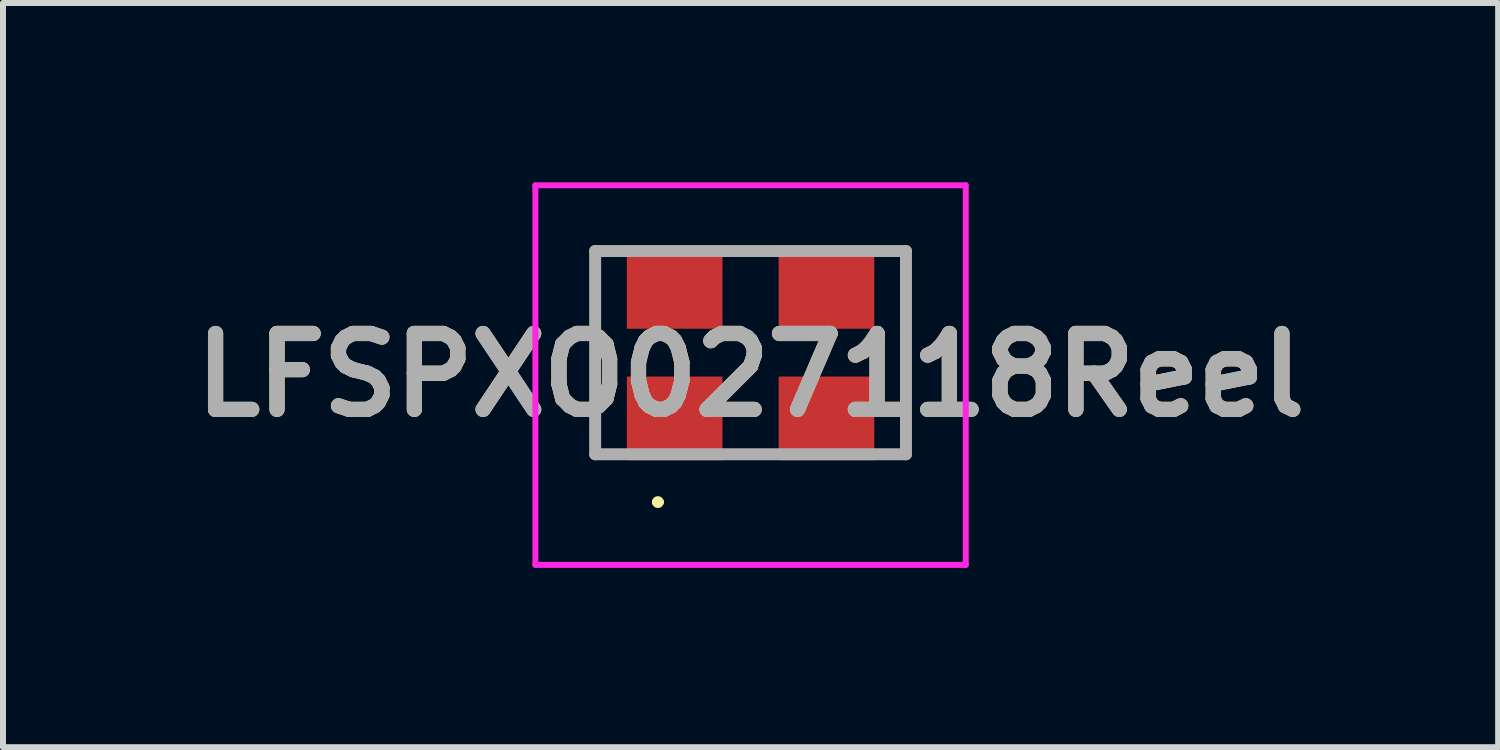
<source format=kicad_pcb>
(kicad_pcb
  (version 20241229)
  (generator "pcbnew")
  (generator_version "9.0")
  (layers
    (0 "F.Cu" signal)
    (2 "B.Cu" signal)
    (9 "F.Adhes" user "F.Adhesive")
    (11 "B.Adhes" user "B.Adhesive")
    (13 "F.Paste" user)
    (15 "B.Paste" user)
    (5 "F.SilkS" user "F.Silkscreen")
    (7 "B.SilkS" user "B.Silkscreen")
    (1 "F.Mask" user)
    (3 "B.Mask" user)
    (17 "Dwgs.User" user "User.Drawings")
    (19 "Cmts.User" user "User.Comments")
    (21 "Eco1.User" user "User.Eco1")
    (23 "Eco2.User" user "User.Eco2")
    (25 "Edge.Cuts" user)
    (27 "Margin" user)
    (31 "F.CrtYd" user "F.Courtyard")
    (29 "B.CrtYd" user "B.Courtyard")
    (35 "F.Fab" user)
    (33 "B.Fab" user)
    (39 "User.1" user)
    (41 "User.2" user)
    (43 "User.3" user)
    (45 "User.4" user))
  (footprint "LFSPXO027118Reel"
    (layer "F.Cu")
    (at 9.507 2.85)
    (property "Reference" "LFSPXO027118Reel" (at 0 0.375 0) (layer "F.SilkS") (effects (font (size 1.27 1.27) (thickness 0.254))))
    (attr smd)
    (fp_line (start -2.6 1.5) (end -2.6 -1.5) (stroke (width 0.1) (type solid)) (layer "F.SilkS"))
    (fp_line (start -1.6 2.5) (end -1.6 2.5) (stroke (width 0.1) (type solid)) (layer "F.SilkS"))
    (fp_line (start -1.5 2.5) (end -1.5 2.5) (stroke (width 0.1) (type solid)) (layer "F.SilkS"))
    (fp_line (start 2.6 1.5) (end 2.6 -1.7) (stroke (width 0.1) (type solid)) (layer "F.SilkS"))
    (fp_arc (start -1.6 2.5) (mid -1.55 2.45) (end -1.5 2.5) (stroke (width 0.1) (type solid)) (layer "F.SilkS"))
    (fp_arc (start -1.5 2.5) (mid -1.55 2.55) (end -1.6 2.5) (stroke (width 0.1) (type solid)) (layer "F.SilkS"))
    (fp_line (start -3.6 -2.8) (end 3.6 -2.8) (stroke (width 0.1) (type solid)) (layer "F.CrtYd"))
    (fp_line (start -3.6 3.55) (end -3.6 -2.8) (stroke (width 0.1) (type solid)) (layer "F.CrtYd"))
    (fp_line (start 3.6 -2.8) (end 3.6 3.55) (stroke (width 0.1) (type solid)) (layer "F.CrtYd"))
    (fp_line (start 3.6 3.55) (end -3.6 3.55) (stroke (width 0.1) (type solid)) (layer "F.CrtYd"))
    (fp_line (start -2.6 -1.7) (end 2.6 -1.7) (stroke (width 0.2) (type solid)) (layer "F.Fab"))
    (fp_line (start -2.6 1.7) (end -2.6 -1.7) (stroke (width 0.2) (type solid)) (layer "F.Fab"))
    (fp_line (start 2.6 -1.7) (end 2.6 1.7) (stroke (width 0.2) (type solid)) (layer "F.Fab"))
    (fp_line (start 2.6 1.7) (end -2.6 1.7) (stroke (width 0.2) (type solid)) (layer "F.Fab"))
    (fp_text user "${REFERENCE}" (at 0 0.375 0) (layer "F.Fab") (effects (font (size 1.27 1.27) (thickness 0.254))))
    (pad "1" smd rect (at -1.27 1.1 90) (size 1.4 1.6) (layers "F.Cu" "F.Mask" "F.Paste"))
    (pad "2" smd rect (at 1.27 1.1 90) (size 1.4 1.6) (layers "F.Cu" "F.Mask" "F.Paste"))
    (pad "3" smd rect (at 1.27 -1.1 90) (size 1.4 1.6) (layers "F.Cu" "F.Mask" "F.Paste"))
    (pad "4" smd rect (at -1.27 -1.1 90) (size 1.4 1.6) (layers "F.Cu" "F.Mask" "F.Paste")))
  (gr_rect
    (start -3 -3)
    (end 22.014 9.45)
    (stroke (width 0.1) (type default))
    (fill no)
    (layer "Edge.Cuts")))
</source>
